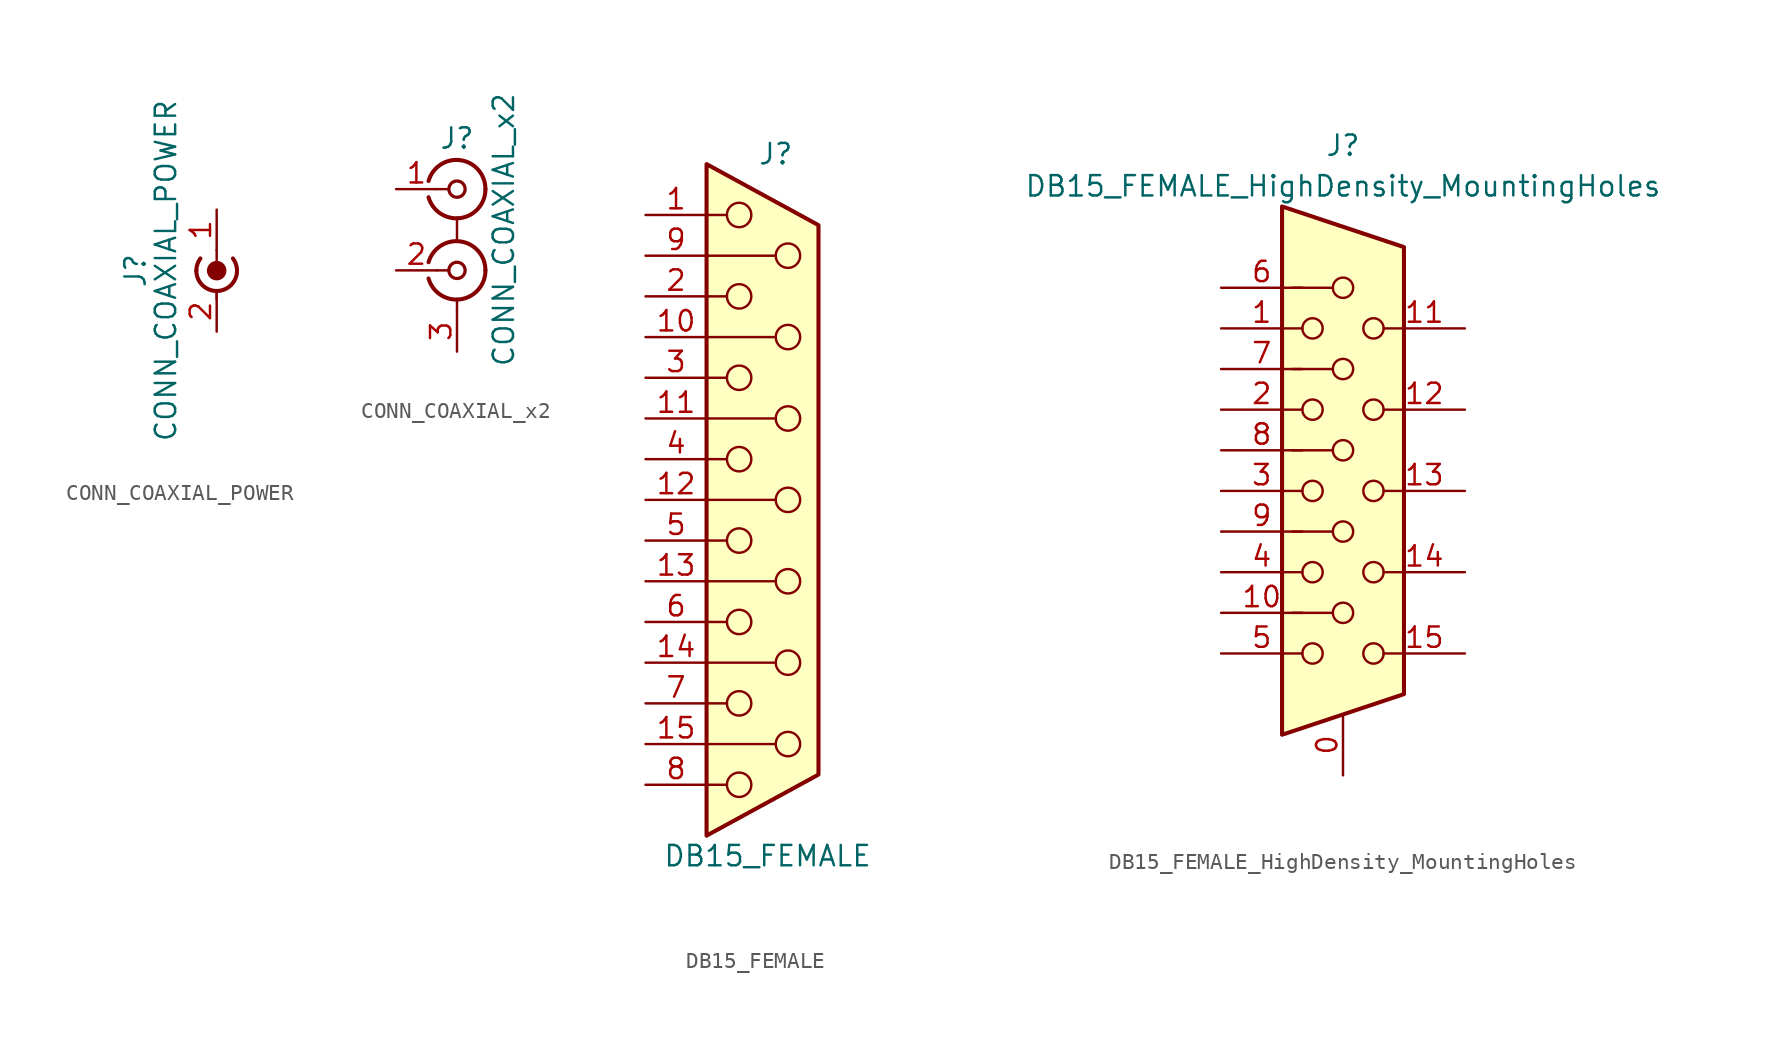
<source format=kicad_sym>
(kicad_symbol_lib
  (version 20211014)
  (generator kicad_symbol_editor)
  (symbol "CONN_COAXIAL_POWER"
    (pin_names
      (offset 1.016) hide)
    (property "Reference" "J"
      (at -5.08 -1.27 90)
      (effects (font (size 1.27 1.27))))
    (property "Value" "CONN_COAXIAL_POWER"
      (at -3.175 -1.27 90)
      (effects (font (size 1.27 1.27))))
    (symbol "CONN_COAXIAL_POWER_0_1"
      (arc (start -1.27 -1.27) (mid 0 -2.54) (end 1.27 -1.27) (stroke (width 0.254) (type default) (color 0 0 0 0)) (fill (type none)))
      (arc (start -1.016 -0.508) (mid -1.2048 -0.8684) (end -1.27 -1.27) (stroke (width 0.254) (type default) (color 0 0 0 0)) (fill (type none)))
      (circle (center 0 -1.27) (radius 0.508) (stroke (width 0.203) (type default) (color 0 0 0 0)) (fill (type outline)))
      (polyline (pts (xy 0 -2.54) (xy 0 -3.048)) (stroke (width 0) (type default) (color 0 0 0 0)) (fill (type none)))
      (polyline (pts (xy 0 0) (xy 0 -1.27)) (stroke (width 0) (type default) (color 0 0 0 0)) (fill (type none)))
      (arc (start 1.27 -1.27) (mid 1.2048 -0.8684) (end 1.016 -0.508) (stroke (width 0.254) (type default) (color 0 0 0 0)) (fill (type none))))
    (symbol "CONN_COAXIAL_POWER_1_1"
      (pin passive line (at 0 2.54 270) (length 2.54) (name "In" (effects (font (size 1.27 1.27)))) (number "1" (effects (font (size 1.27 1.27)))))
      (pin passive line (at 0 -5.08 90) (length 2.54) (name "Ext" (effects (font (size 1.27 1.27)))) (number "2" (effects (font (size 1.27 1.27)))))))
  (symbol "CONN_COAXIAL_x2"
    (pin_names
      (offset 1.016) hide)
    (property "Reference" "J"
      (at 0 5.715 0)
      (effects (font (size 1.27 1.27))))
    (property "Value" "CONN_COAXIAL_x2"
      (at 2.921 0 90)
      (effects (font (size 1.27 1.27))))
    (symbol "CONN_COAXIAL_x2_0_1"
      (arc (start -1.778 -3.048) (mid 0.2311 -4.3466) (end 1.778 -2.54) (stroke (width 0.254) (type default) (color 0 0 0 0)) (fill (type none)))
      (arc (start -1.778 2.032) (mid 0.2311 0.7334) (end 1.778 2.54) (stroke (width 0.254) (type default) (color 0 0 0 0)) (fill (type none)))
      (circle (center 0 -2.54) (radius 0.508) (stroke (width 0.203) (type default) (color 0 0 0 0)) (fill (type none)))
      (polyline (pts (xy -1.27 -2.54) (xy -0.508 -2.54)) (stroke (width 0) (type default) (color 0 0 0 0)) (fill (type none)))
      (polyline (pts (xy -1.27 2.54) (xy -0.508 2.54)) (stroke (width 0) (type default) (color 0 0 0 0)) (fill (type none)))
      (polyline (pts (xy 0 -5.08) (xy 0 -4.318)) (stroke (width 0) (type default) (color 0 0 0 0)) (fill (type none)))
      (polyline (pts (xy 0 0.762) (xy 0 -0.635)) (stroke (width 0) (type default) (color 0 0 0 0)) (fill (type none)))
      (circle (center 0 2.54) (radius 0.508) (stroke (width 0.203) (type default) (color 0 0 0 0)) (fill (type none)))
      (arc (start 1.778 -2.54) (mid 0.2099 -0.7299) (end -1.778 -2.032) (stroke (width 0.254) (type default) (color 0 0 0 0)) (fill (type none)))
      (arc (start 1.778 2.54) (mid 0.2099 4.3501) (end -1.778 3.048) (stroke (width 0.254) (type default) (color 0 0 0 0)) (fill (type none))))
    (symbol "CONN_COAXIAL_x2_1_1"
      (pin passive line (at -3.81 2.54 0) (length 2.54) (name "IN1" (effects (font (size 1.27 1.27)))) (number "1" (effects (font (size 1.27 1.27)))))
      (pin passive line (at -3.81 -2.54 0) (length 2.54) (name "IN2" (effects (font (size 1.27 1.27)))) (number "2" (effects (font (size 1.27 1.27)))))
      (pin passive line (at 0 -7.62 90) (length 2.54) (name "EXT" (effects (font (size 1.27 1.27)))) (number "3" (effects (font (size 1.27 1.27)))))))
  (symbol "DB15_FEMALE"
    (pin_names
      (offset 1.016) hide)
    (property "Reference" "J"
      (at 0.508 21.59 0)
      (effects (font (size 1.27 1.27))))
    (property "Value" "DB15_FEMALE"
      (at 0 -22.225 0)
      (effects (font (size 1.27 1.27))))
    (symbol "DB15_FEMALE_0_1"
      (circle (center -1.778 -17.78) (radius 0.762) (stroke (width 0) (type default) (color 0 0 0 0)) (fill (type none)))
      (circle (center -1.778 -12.7) (radius 0.762) (stroke (width 0) (type default) (color 0 0 0 0)) (fill (type none)))
      (circle (center -1.778 -7.62) (radius 0.762) (stroke (width 0) (type default) (color 0 0 0 0)) (fill (type none)))
      (circle (center -1.778 -2.54) (radius 0.762) (stroke (width 0) (type default) (color 0 0 0 0)) (fill (type none)))
      (circle (center -1.778 2.54) (radius 0.762) (stroke (width 0) (type default) (color 0 0 0 0)) (fill (type none)))
      (circle (center -1.778 7.62) (radius 0.762) (stroke (width 0) (type default) (color 0 0 0 0)) (fill (type none)))
      (circle (center -1.778 12.7) (radius 0.762) (stroke (width 0) (type default) (color 0 0 0 0)) (fill (type none)))
      (circle (center -1.778 17.78) (radius 0.762) (stroke (width 0) (type default) (color 0 0 0 0)) (fill (type none)))
      (polyline (pts (xy -3.81 -17.78) (xy -2.54 -17.78)) (stroke (width 0) (type default) (color 0 0 0 0)) (fill (type none)))
      (polyline (pts (xy -3.81 -15.24) (xy 0.508 -15.24)) (stroke (width 0) (type default) (color 0 0 0 0)) (fill (type none)))
      (polyline (pts (xy -3.81 -12.7) (xy -2.54 -12.7)) (stroke (width 0) (type default) (color 0 0 0 0)) (fill (type none)))
      (polyline (pts (xy -3.81 -10.16) (xy 0.508 -10.16)) (stroke (width 0) (type default) (color 0 0 0 0)) (fill (type none)))
      (polyline (pts (xy -3.81 -7.62) (xy -2.54 -7.62)) (stroke (width 0) (type default) (color 0 0 0 0)) (fill (type none)))
      (polyline (pts (xy -3.81 -5.08) (xy 0.508 -5.08)) (stroke (width 0) (type default) (color 0 0 0 0)) (fill (type none)))
      (polyline (pts (xy -3.81 -2.54) (xy -2.54 -2.54)) (stroke (width 0) (type default) (color 0 0 0 0)) (fill (type none)))
      (polyline (pts (xy -3.81 0) (xy 0.508 0)) (stroke (width 0) (type default) (color 0 0 0 0)) (fill (type none)))
      (polyline (pts (xy -3.81 2.54) (xy -2.54 2.54)) (stroke (width 0) (type default) (color 0 0 0 0)) (fill (type none)))
      (polyline (pts (xy -3.81 5.08) (xy 0.508 5.08)) (stroke (width 0) (type default) (color 0 0 0 0)) (fill (type none)))
      (polyline (pts (xy -3.81 7.62) (xy -2.54 7.62)) (stroke (width 0) (type default) (color 0 0 0 0)) (fill (type none)))
      (polyline (pts (xy -3.81 10.16) (xy 0.508 10.16)) (stroke (width 0) (type default) (color 0 0 0 0)) (fill (type none)))
      (polyline (pts (xy -3.81 12.7) (xy -2.54 12.7)) (stroke (width 0) (type default) (color 0 0 0 0)) (fill (type none)))
      (polyline (pts (xy -3.81 15.24) (xy 0.508 15.24)) (stroke (width 0) (type default) (color 0 0 0 0)) (fill (type none)))
      (polyline (pts (xy -3.81 17.78) (xy -2.54 17.78)) (stroke (width 0) (type default) (color 0 0 0 0)) (fill (type none)))
      (polyline (pts (xy -3.81 20.955) (xy 3.175 17.145) (xy 3.175 -17.145) (xy -3.81 -20.955) (xy -3.81 20.955)) (stroke (width 0.254) (type default) (color 0 0 0 0)) (fill (type background)))
      (circle (center 1.27 -15.24) (radius 0.762) (stroke (width 0) (type default) (color 0 0 0 0)) (fill (type none)))
      (circle (center 1.27 -10.16) (radius 0.762) (stroke (width 0) (type default) (color 0 0 0 0)) (fill (type none)))
      (circle (center 1.27 -5.08) (radius 0.762) (stroke (width 0) (type default) (color 0 0 0 0)) (fill (type none)))
      (circle (center 1.27 0) (radius 0.762) (stroke (width 0) (type default) (color 0 0 0 0)) (fill (type none)))
      (circle (center 1.27 5.08) (radius 0.762) (stroke (width 0) (type default) (color 0 0 0 0)) (fill (type none)))
      (circle (center 1.27 10.16) (radius 0.762) (stroke (width 0) (type default) (color 0 0 0 0)) (fill (type none)))
      (circle (center 1.27 15.24) (radius 0.762) (stroke (width 0) (type default) (color 0 0 0 0)) (fill (type none))))
    (symbol "DB15_FEMALE_1_1"
      (pin passive line (at -7.62 17.78 0) (length 3.81) (name "1" (effects (font (size 1.27 1.27)))) (number "1" (effects (font (size 1.27 1.27)))))
      (pin passive line (at -7.62 10.16 0) (length 3.81) (name "P10" (effects (font (size 1.27 1.27)))) (number "10" (effects (font (size 1.27 1.27)))))
      (pin passive line (at -7.62 5.08 0) (length 3.81) (name "P111" (effects (font (size 1.27 1.27)))) (number "11" (effects (font (size 1.27 1.27)))))
      (pin passive line (at -7.62 0 0) (length 3.81) (name "P12" (effects (font (size 1.27 1.27)))) (number "12" (effects (font (size 1.27 1.27)))))
      (pin passive line (at -7.62 -5.08 0) (length 3.81) (name "P13" (effects (font (size 1.27 1.27)))) (number "13" (effects (font (size 1.27 1.27)))))
      (pin passive line (at -7.62 -10.16 0) (length 3.81) (name "P14" (effects (font (size 1.27 1.27)))) (number "14" (effects (font (size 1.27 1.27)))))
      (pin passive line (at -7.62 -15.24 0) (length 3.81) (name "P15" (effects (font (size 1.27 1.27)))) (number "15" (effects (font (size 1.27 1.27)))))
      (pin passive line (at -7.62 12.7 0) (length 3.81) (name "2" (effects (font (size 1.27 1.27)))) (number "2" (effects (font (size 1.27 1.27)))))
      (pin passive line (at -7.62 7.62 0) (length 3.81) (name "3" (effects (font (size 1.27 1.27)))) (number "3" (effects (font (size 1.27 1.27)))))
      (pin passive line (at -7.62 2.54 0) (length 3.81) (name "4" (effects (font (size 1.27 1.27)))) (number "4" (effects (font (size 1.27 1.27)))))
      (pin passive line (at -7.62 -2.54 0) (length 3.81) (name "5" (effects (font (size 1.27 1.27)))) (number "5" (effects (font (size 1.27 1.27)))))
      (pin passive line (at -7.62 -7.62 0) (length 3.81) (name "6" (effects (font (size 1.27 1.27)))) (number "6" (effects (font (size 1.27 1.27)))))
      (pin passive line (at -7.62 -12.7 0) (length 3.81) (name "7" (effects (font (size 1.27 1.27)))) (number "7" (effects (font (size 1.27 1.27)))))
      (pin passive line (at -7.62 -17.78 0) (length 3.81) (name "8" (effects (font (size 1.27 1.27)))) (number "8" (effects (font (size 1.27 1.27)))))
      (pin passive line (at -7.62 15.24 0) (length 3.81) (name "P9" (effects (font (size 1.27 1.27)))) (number "9" (effects (font (size 1.27 1.27)))))))
  (symbol "DB15_FEMALE_HighDensity_MountingHoles"
    (pin_names
      (offset 1.016) hide)
    (property "Reference" "J"
      (at 0 21.59 0)
      (effects (font (size 1.27 1.27))))
    (property "Value" "DB15_FEMALE_HighDensity_MountingHoles"
      (at 0 19.05 0)
      (effects (font (size 1.27 1.27))))
    (symbol "DB15_FEMALE_HighDensity_MountingHoles_0_1"
      (circle (center -1.905 -10.16) (radius 0.635) (stroke (width 0) (type default) (color 0 0 0 0)) (fill (type none)))
      (circle (center -1.905 -5.08) (radius 0.635) (stroke (width 0) (type default) (color 0 0 0 0)) (fill (type none)))
      (circle (center -1.905 0) (radius 0.635) (stroke (width 0) (type default) (color 0 0 0 0)) (fill (type none)))
      (circle (center -1.905 5.08) (radius 0.635) (stroke (width 0) (type default) (color 0 0 0 0)) (fill (type none)))
      (circle (center -1.905 10.16) (radius 0.635) (stroke (width 0) (type default) (color 0 0 0 0)) (fill (type none)))
      (circle (center 0 -7.62) (radius 0.635) (stroke (width 0) (type default) (color 0 0 0 0)) (fill (type none)))
      (circle (center 0 -2.54) (radius 0.635) (stroke (width 0) (type default) (color 0 0 0 0)) (fill (type none)))
      (polyline (pts (xy -3.175 7.62) (xy -0.635 7.62)) (stroke (width 0) (type default) (color 0 0 0 0)) (fill (type none)))
      (polyline (pts (xy -0.635 -7.62) (xy -3.175 -7.62)) (stroke (width 0) (type default) (color 0 0 0 0)) (fill (type none)))
      (polyline (pts (xy -0.635 -2.54) (xy -3.175 -2.54)) (stroke (width 0) (type default) (color 0 0 0 0)) (fill (type none)))
      (polyline (pts (xy -0.635 2.54) (xy -3.175 2.54)) (stroke (width 0) (type default) (color 0 0 0 0)) (fill (type none)))
      (polyline (pts (xy -0.635 12.7) (xy -3.175 12.7)) (stroke (width 0) (type default) (color 0 0 0 0)) (fill (type none)))
      (polyline (pts (xy -3.81 17.78) (xy -3.81 -15.24) (xy 3.81 -12.7) (xy 3.81 15.24) (xy -3.81 17.78)) (stroke (width 0.254) (type default) (color 0 0 0 0)) (fill (type background)))
      (circle (center 0 2.54) (radius 0.635) (stroke (width 0) (type default) (color 0 0 0 0)) (fill (type none)))
      (circle (center 0 7.62) (radius 0.635) (stroke (width 0) (type default) (color 0 0 0 0)) (fill (type none)))
      (circle (center 0 12.7) (radius 0.635) (stroke (width 0) (type default) (color 0 0 0 0)) (fill (type none)))
      (circle (center 1.905 -10.16) (radius 0.635) (stroke (width 0) (type default) (color 0 0 0 0)) (fill (type none)))
      (circle (center 1.905 -5.08) (radius 0.635) (stroke (width 0) (type default) (color 0 0 0 0)) (fill (type none)))
      (circle (center 1.905 0) (radius 0.635) (stroke (width 0) (type default) (color 0 0 0 0)) (fill (type none)))
      (circle (center 1.905 5.08) (radius 0.635) (stroke (width 0) (type default) (color 0 0 0 0)) (fill (type none)))
      (circle (center 1.905 10.16) (radius 0.635) (stroke (width 0) (type default) (color 0 0 0 0)) (fill (type none))))
    (symbol "DB15_FEMALE_HighDensity_MountingHoles_1_1"
      (pin passive line (at 0 -17.78 90) (length 3.81) (name "~" (effects (font (size 1.27 1.27)))) (number "0" (effects (font (size 1.27 1.27)))))
      (pin passive line (at -7.62 10.16 0) (length 5.08) (name "~" (effects (font (size 1.27 1.27)))) (number "1" (effects (font (size 1.27 1.27)))))
      (pin passive line (at -7.62 -7.62 0) (length 5.08) (name "~" (effects (font (size 1.27 1.27)))) (number "10" (effects (font (size 1.27 1.27)))))
      (pin passive line (at 7.62 10.16 180) (length 5.08) (name "~" (effects (font (size 1.27 1.27)))) (number "11" (effects (font (size 1.27 1.27)))))
      (pin passive line (at 7.62 5.08 180) (length 5.08) (name "~" (effects (font (size 1.27 1.27)))) (number "12" (effects (font (size 1.27 1.27)))))
      (pin passive line (at 7.62 0 180) (length 5.08) (name "~" (effects (font (size 1.27 1.27)))) (number "13" (effects (font (size 1.27 1.27)))))
      (pin passive line (at 7.62 -5.08 180) (length 5.08) (name "~" (effects (font (size 1.27 1.27)))) (number "14" (effects (font (size 1.27 1.27)))))
      (pin passive line (at 7.62 -10.16 180) (length 5.08) (name "~" (effects (font (size 1.27 1.27)))) (number "15" (effects (font (size 1.27 1.27)))))
      (pin passive line (at -7.62 5.08 0) (length 5.08) (name "~" (effects (font (size 1.27 1.27)))) (number "2" (effects (font (size 1.27 1.27)))))
      (pin passive line (at -7.62 0 0) (length 5.08) (name "~" (effects (font (size 1.27 1.27)))) (number "3" (effects (font (size 1.27 1.27)))))
      (pin passive line (at -7.62 -5.08 0) (length 5.08) (name "~" (effects (font (size 1.27 1.27)))) (number "4" (effects (font (size 1.27 1.27)))))
      (pin passive line (at -7.62 -10.16 0) (length 5.08) (name "~" (effects (font (size 1.27 1.27)))) (number "5" (effects (font (size 1.27 1.27)))))
      (pin passive line (at -7.62 12.7 0) (length 5.08) (name "~" (effects (font (size 1.27 1.27)))) (number "6" (effects (font (size 1.27 1.27)))))
      (pin passive line (at -7.62 7.62 0) (length 5.08) (name "~" (effects (font (size 1.27 1.27)))) (number "7" (effects (font (size 1.27 1.27)))))
      (pin passive line (at -7.62 2.54 0) (length 5.08) (name "~" (effects (font (size 1.27 1.27)))) (number "8" (effects (font (size 1.27 1.27)))))
      (pin passive line (at -7.62 -2.54 0) (length 5.08) (name "~" (effects (font (size 1.27 1.27)))) (number "9" (effects (font (size 1.27 1.27))))))))
</source>
